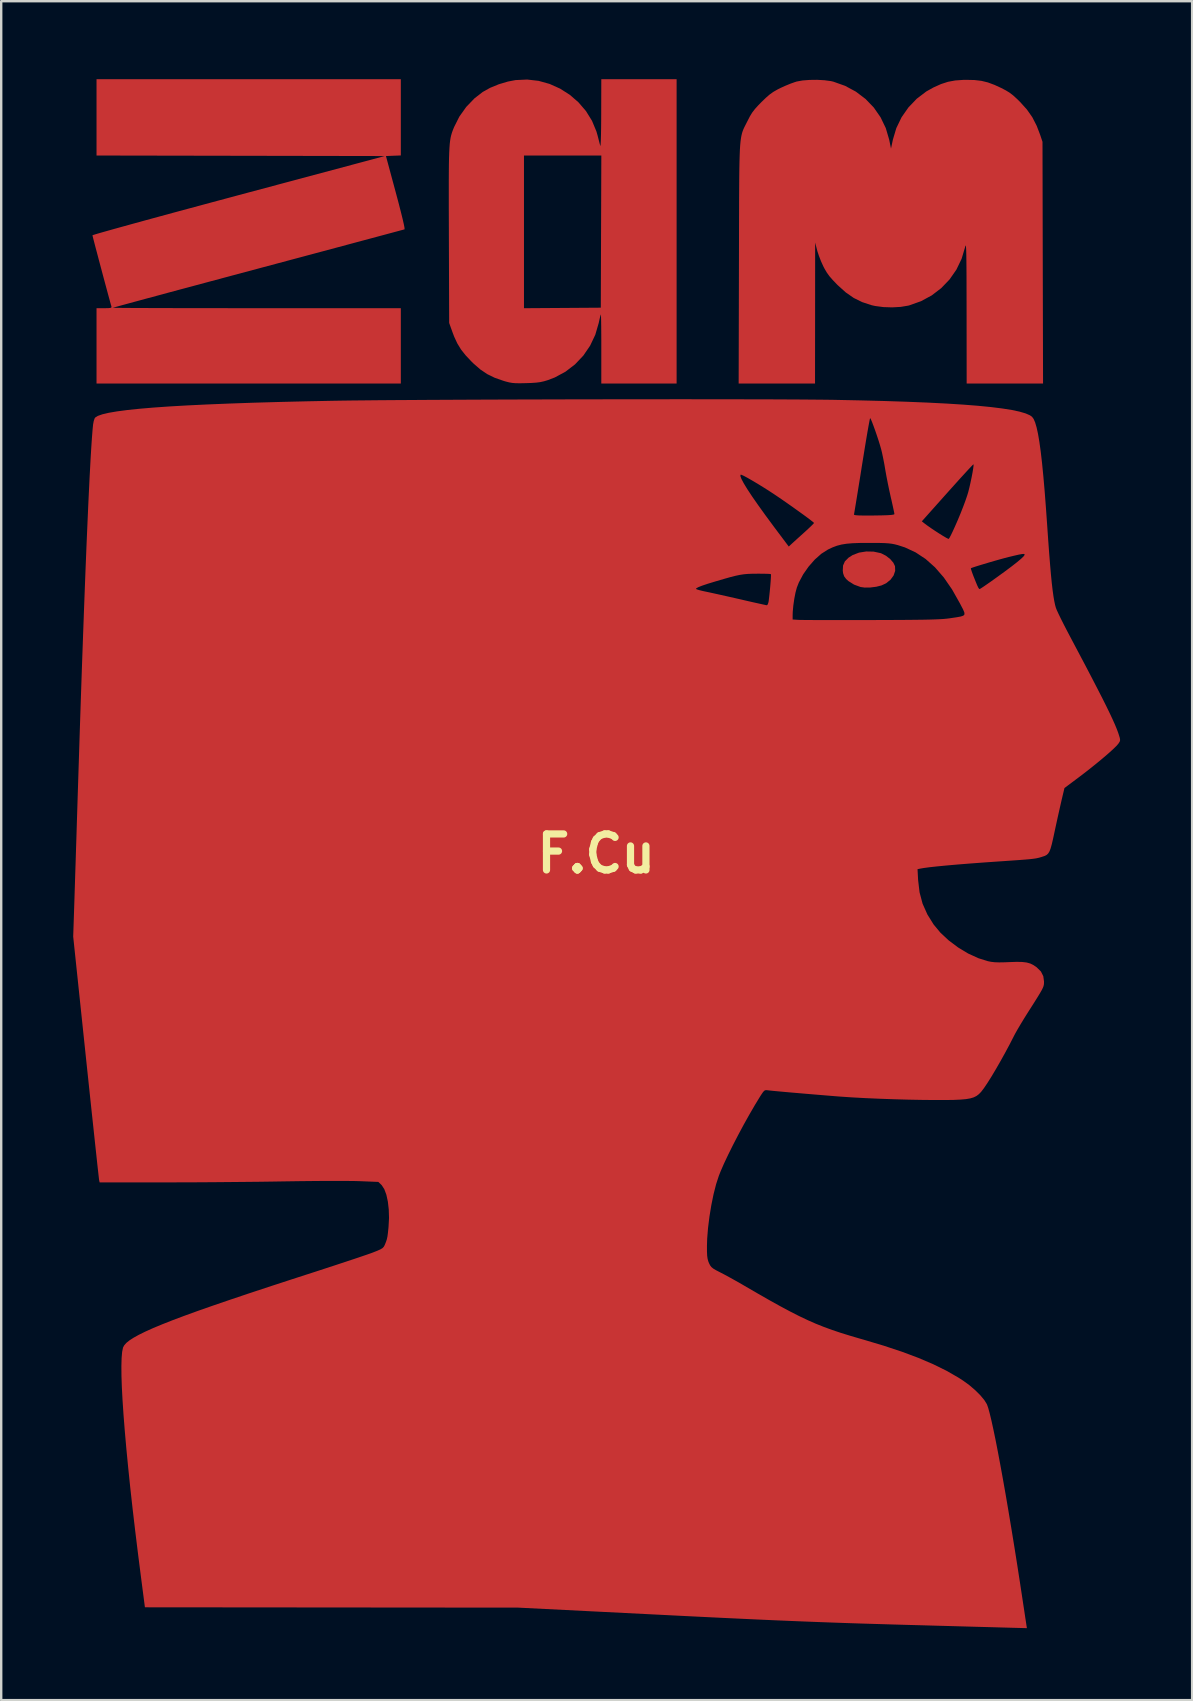
<source format=kicad_pcb>
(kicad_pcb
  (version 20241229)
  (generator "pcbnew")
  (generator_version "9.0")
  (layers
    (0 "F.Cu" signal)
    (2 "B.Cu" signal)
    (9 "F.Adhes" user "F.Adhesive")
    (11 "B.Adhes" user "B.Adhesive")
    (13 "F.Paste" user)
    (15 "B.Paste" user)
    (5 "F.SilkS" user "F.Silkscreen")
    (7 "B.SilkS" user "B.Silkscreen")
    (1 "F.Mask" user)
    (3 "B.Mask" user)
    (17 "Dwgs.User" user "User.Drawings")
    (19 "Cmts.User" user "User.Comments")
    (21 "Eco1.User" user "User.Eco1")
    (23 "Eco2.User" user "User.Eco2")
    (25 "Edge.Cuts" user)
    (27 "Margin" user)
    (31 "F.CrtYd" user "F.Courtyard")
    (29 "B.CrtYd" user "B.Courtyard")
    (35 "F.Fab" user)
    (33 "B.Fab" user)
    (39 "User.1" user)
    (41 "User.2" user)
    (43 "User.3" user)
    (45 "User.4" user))
  (footprint "F.Cu"
    (layer "F.Cu")
    (at 0.972 0.25)
    (property "Reference" "F.Cu" (at 20.82 32.269 0) (layer "F.SilkS") (effects (font (size 1.5 1.5) (thickness 0.3))))
    (attr board_only exclude_from_pos_files exclude_from_bom)
    (fp_poly (pts (xy 32.377 19.684) (xy 32.664 19.745) (xy 32.701 19.758) (xy 32.894 19.857) (xy 33.067 19.992) (xy 33.199 20.144) (xy 33.27 20.29) (xy 33.277 20.484) (xy 33.211 20.678) (xy 33.082 20.855) (xy 32.9 21.002) (xy 32.71 21.092) (xy 32.487 21.148) (xy 32.24 21.179) (xy 32.005 21.182) (xy 31.834 21.158) (xy 31.564 21.059) (xy 31.329 20.912) (xy 31.234 20.825) (xy 31.15 20.713) (xy 31.106 20.582) (xy 31.093 20.471) (xy 31.105 20.263) (xy 31.182 20.088) (xy 31.332 19.937) (xy 31.507 19.826) (xy 31.769 19.726) (xy 32.069 19.678)) (stroke (width 0) (type solid)) (fill yes) (layer "F.Cu"))
    (fp_poly (pts (xy 12.679 1.588) (xy 12.679 3.177) (xy 12.369 3.189) (xy 12.059 3.202) (xy 12.469 4.721) (xy 12.585 5.156) (xy 12.679 5.522) (xy 12.752 5.817) (xy 12.803 6.039) (xy 12.831 6.184) (xy 12.835 6.252) (xy 12.832 6.257) (xy 12.786 6.269) (xy 12.663 6.302) (xy 12.467 6.355) (xy 12.203 6.426) (xy 11.875 6.514) (xy 11.488 6.618) (xy 11.047 6.736) (xy 10.555 6.868) (xy 10.019 7.012) (xy 9.441 7.167) (xy 8.827 7.331) (xy 8.181 7.504) (xy 7.508 7.684) (xy 6.812 7.87) (xy 6.743 7.889) (xy 6.046 8.075) (xy 5.371 8.256) (xy 4.724 8.429) (xy 4.108 8.595) (xy 3.528 8.75) (xy 2.989 8.895) (xy 2.495 9.029) (xy 2.051 9.148) (xy 1.661 9.254) (xy 1.329 9.344) (xy 1.062 9.417) (xy 0.862 9.472) (xy 0.734 9.507) (xy 0.683 9.522) (xy 0.682 9.523) (xy 0.722 9.525) (xy 0.841 9.527) (xy 1.036 9.529) (xy 1.302 9.531) (xy 1.633 9.533) (xy 2.025 9.534) (xy 2.474 9.536) (xy 2.974 9.537) (xy 3.521 9.538) (xy 4.109 9.539) (xy 4.736 9.54) (xy 5.395 9.54) (xy 6.081 9.541) (xy 6.672 9.541) (xy 12.679 9.541) (xy 12.679 11.11) (xy 12.679 12.679) (xy 6.339 12.679) (xy 0 12.679) (xy 0 11.11) (xy 0 9.541) (xy 0.321 9.541) (xy 0.484 9.539) (xy 0.578 9.53) (xy 0.619 9.511) (xy 0.622 9.477) (xy 0.62 9.467) (xy 0.591 9.368) (xy 0.547 9.206) (xy 0.489 8.994) (xy 0.421 8.741) (xy 0.345 8.46) (xy 0.265 8.162) (xy 0.184 7.857) (xy 0.104 7.558) (xy 0.03 7.276) (xy -0.038 7.021) (xy -0.094 6.805) (xy -0.137 6.639) (xy -0.163 6.535) (xy -0.17 6.504) (xy -0.129 6.488) (xy -0.012 6.452) (xy 0.179 6.396) (xy 0.438 6.323) (xy 0.761 6.232) (xy 1.144 6.126) (xy 1.581 6.005) (xy 2.069 5.871) (xy 2.603 5.726) (xy 3.178 5.569) (xy 3.79 5.404) (xy 4.435 5.23) (xy 5.108 5.049) (xy 5.804 4.862) (xy 5.919 4.831) (xy 12.007 3.202) (xy 6.004 3.191) (xy 0 3.18) (xy 0 1.59) (xy 0 0) (xy 6.339 0) (xy 12.679 0)) (stroke (width 0) (type solid)) (fill yes) (layer "F.Cu"))
    (fp_poly (pts (xy 24.17 6.339) (xy 24.17 12.679) (xy 22.601 12.679) (xy 21.032 12.679) (xy 21.032 11.23) (xy 21.032 10.89) (xy 21.03 10.58) (xy 21.028 10.308) (xy 21.025 10.085) (xy 21.021 9.92) (xy 21.017 9.823) (xy 21.013 9.8) (xy 20.997 9.848) (xy 20.969 9.957) (xy 20.935 10.108) (xy 20.925 10.157) (xy 20.781 10.649) (xy 20.565 11.105) (xy 20.282 11.518) (xy 19.938 11.881) (xy 19.541 12.186) (xy 19.097 12.426) (xy 18.806 12.538) (xy 18.642 12.587) (xy 18.488 12.621) (xy 18.319 12.643) (xy 18.109 12.657) (xy 17.894 12.664) (xy 17.651 12.669) (xy 17.468 12.667) (xy 17.322 12.655) (xy 17.19 12.632) (xy 17.046 12.595) (xy 16.962 12.57) (xy 16.594 12.442) (xy 16.281 12.289) (xy 15.994 12.096) (xy 15.708 11.847) (xy 15.626 11.767) (xy 15.378 11.504) (xy 15.186 11.261) (xy 15.033 11.01) (xy 14.902 10.728) (xy 14.826 10.527) (xy 14.693 10.156) (xy 14.681 6.502) (xy 14.681 6.361) (xy 17.81 6.361) (xy 17.81 9.542) (xy 19.41 9.531) (xy 21.011 9.52) (xy 21.022 6.35) (xy 21.033 3.18) (xy 19.421 3.18) (xy 17.81 3.18) (xy 17.81 6.361) (xy 14.681 6.361) (xy 14.679 5.836) (xy 14.677 5.249) (xy 14.677 4.735) (xy 14.677 4.288) (xy 14.679 3.903) (xy 14.682 3.573) (xy 14.687 3.294) (xy 14.695 3.059) (xy 14.705 2.862) (xy 14.717 2.698) (xy 14.733 2.56) (xy 14.752 2.443) (xy 14.775 2.342) (xy 14.802 2.249) (xy 14.832 2.161) (xy 14.868 2.069) (xy 14.898 1.995) (xy 15.117 1.559) (xy 15.405 1.154) (xy 15.749 0.797) (xy 16.092 0.531) (xy 16.401 0.359) (xy 16.761 0.211) (xy 17.141 0.098) (xy 17.459 0.037) (xy 17.943 0.014) (xy 18.42 0.069) (xy 18.881 0.198) (xy 19.317 0.394) (xy 19.72 0.651) (xy 20.081 0.964) (xy 20.392 1.326) (xy 20.644 1.732) (xy 20.829 2.177) (xy 20.88 2.356) (xy 20.923 2.524) (xy 20.962 2.677) (xy 20.989 2.777) (xy 20.998 2.77) (xy 21.006 2.684) (xy 21.013 2.526) (xy 21.019 2.305) (xy 21.024 2.025) (xy 21.027 1.695) (xy 21.028 1.452) (xy 21.032 0) (xy 22.601 0) (xy 24.17 0)) (stroke (width 0) (type solid)) (fill yes) (layer "F.Cu"))
    (fp_poly (pts (xy 30.33 0.043) (xy 30.598 0.079) (xy 30.698 0.102) (xy 31.191 0.277) (xy 31.64 0.519) (xy 32.04 0.822) (xy 32.385 1.18) (xy 32.668 1.587) (xy 32.885 2.037) (xy 33.028 2.522) (xy 33.031 2.538) (xy 33.103 2.891) (xy 33.18 2.522) (xy 33.324 2.039) (xy 33.542 1.587) (xy 33.829 1.176) (xy 34.175 0.814) (xy 34.575 0.51) (xy 34.874 0.343) (xy 35.188 0.202) (xy 35.478 0.108) (xy 35.774 0.053) (xy 36.107 0.029) (xy 36.255 0.027) (xy 36.586 0.035) (xy 36.871 0.069) (xy 37.138 0.134) (xy 37.418 0.238) (xy 37.697 0.367) (xy 37.889 0.467) (xy 38.046 0.563) (xy 38.192 0.675) (xy 38.352 0.821) (xy 38.483 0.95) (xy 38.767 1.265) (xy 38.992 1.587) (xy 39.174 1.943) (xy 39.315 2.311) (xy 39.415 2.608) (xy 39.426 7.643) (xy 39.438 12.679) (xy 37.847 12.679) (xy 36.255 12.679) (xy 36.252 9.7) (xy 36.251 9.125) (xy 36.25 8.63) (xy 36.249 8.209) (xy 36.247 7.858) (xy 36.244 7.572) (xy 36.241 7.346) (xy 36.237 7.174) (xy 36.232 7.051) (xy 36.226 6.973) (xy 36.219 6.935) (xy 36.21 6.931) (xy 36.2 6.956) (xy 36.19 6.997) (xy 36.045 7.483) (xy 35.827 7.935) (xy 35.542 8.344) (xy 35.197 8.704) (xy 34.8 9.008) (xy 34.355 9.249) (xy 33.871 9.421) (xy 33.817 9.435) (xy 33.506 9.487) (xy 33.151 9.507) (xy 32.785 9.495) (xy 32.443 9.45) (xy 32.3 9.418) (xy 31.905 9.289) (xy 31.551 9.115) (xy 31.218 8.884) (xy 30.885 8.584) (xy 30.869 8.569) (xy 30.679 8.371) (xy 30.536 8.207) (xy 30.425 8.052) (xy 30.329 7.887) (xy 30.285 7.802) (xy 30.191 7.596) (xy 30.103 7.37) (xy 30.035 7.166) (xy 30.024 7.124) (xy 29.942 6.806) (xy 29.94 9.742) (xy 29.937 12.679) (xy 28.346 12.679) (xy 26.755 12.679) (xy 26.767 7.665) (xy 26.769 6.892) (xy 26.77 6.2) (xy 26.772 5.583) (xy 26.773 5.036) (xy 26.776 4.554) (xy 26.779 4.133) (xy 26.783 3.767) (xy 26.789 3.451) (xy 26.797 3.182) (xy 26.806 2.952) (xy 26.818 2.759) (xy 26.833 2.597) (xy 26.851 2.461) (xy 26.872 2.346) (xy 26.896 2.247) (xy 26.924 2.159) (xy 26.956 2.078) (xy 26.993 1.999) (xy 27.035 1.916) (xy 27.081 1.825) (xy 27.125 1.739) (xy 27.224 1.546) (xy 27.321 1.388) (xy 27.434 1.241) (xy 27.581 1.079) (xy 27.707 0.95) (xy 27.893 0.771) (xy 28.047 0.637) (xy 28.196 0.531) (xy 28.362 0.435) (xy 28.495 0.367) (xy 28.7 0.274) (xy 28.912 0.187) (xy 29.099 0.12) (xy 29.174 0.097) (xy 29.415 0.053) (xy 29.709 0.03) (xy 30.024 0.026)) (stroke (width 0) (type solid)) (fill yes) (layer "F.Cu"))
    (fp_poly (pts (xy 25.184 13.335) (xy 25.993 13.335) (xy 26.763 13.337) (xy 27.49 13.338) (xy 28.168 13.34) (xy 28.791 13.343) (xy 29.352 13.346) (xy 29.848 13.35) (xy 30.271 13.354) (xy 30.616 13.358) (xy 30.679 13.359) (xy 31.788 13.382) (xy 32.813 13.408) (xy 33.755 13.439) (xy 34.616 13.474) (xy 35.397 13.514) (xy 36.099 13.558) (xy 36.723 13.607) (xy 37.27 13.661) (xy 37.742 13.72) (xy 38.139 13.783) (xy 38.462 13.852) (xy 38.713 13.926) (xy 38.893 14.005) (xy 38.979 14.066) (xy 39.045 14.155) (xy 39.108 14.301) (xy 39.169 14.508) (xy 39.228 14.777) (xy 39.285 15.112) (xy 39.341 15.516) (xy 39.396 15.991) (xy 39.45 16.54) (xy 39.505 17.167) (xy 39.559 17.872) (xy 39.606 18.531) (xy 39.65 19.168) (xy 39.691 19.727) (xy 39.73 20.212) (xy 39.766 20.63) (xy 39.801 20.986) (xy 39.836 21.286) (xy 39.87 21.535) (xy 39.905 21.74) (xy 39.94 21.907) (xy 39.974 22.029) (xy 40.012 22.124) (xy 40.085 22.282) (xy 40.185 22.488) (xy 40.307 22.73) (xy 40.444 22.996) (xy 40.56 23.216) (xy 40.901 23.86) (xy 41.204 24.433) (xy 41.47 24.942) (xy 41.702 25.391) (xy 41.903 25.783) (xy 42.074 26.125) (xy 42.218 26.421) (xy 42.337 26.675) (xy 42.434 26.892) (xy 42.51 27.076) (xy 42.569 27.233) (xy 42.596 27.317) (xy 42.637 27.451) (xy 42.649 27.535) (xy 42.633 27.599) (xy 42.585 27.674) (xy 42.574 27.69) (xy 42.489 27.787) (xy 42.345 27.926) (xy 42.153 28.099) (xy 41.921 28.298) (xy 41.659 28.515) (xy 41.378 28.74) (xy 41.086 28.967) (xy 40.933 29.083) (xy 40.33 29.534) (xy 40.219 30.001) (xy 40.175 30.193) (xy 40.118 30.445) (xy 40.053 30.735) (xy 39.986 31.041) (xy 39.922 31.337) (xy 39.856 31.644) (xy 39.801 31.88) (xy 39.752 32.055) (xy 39.703 32.18) (xy 39.648 32.266) (xy 39.581 32.325) (xy 39.496 32.367) (xy 39.387 32.403) (xy 39.341 32.417) (xy 39.268 32.438) (xy 39.194 32.455) (xy 39.11 32.471) (xy 39.004 32.485) (xy 38.869 32.5) (xy 38.693 32.515) (xy 38.466 32.533) (xy 38.178 32.553) (xy 37.82 32.578) (xy 37.655 32.589) (xy 37.007 32.634) (xy 36.417 32.678) (xy 35.888 32.72) (xy 35.424 32.761) (xy 35.03 32.799) (xy 34.709 32.834) (xy 34.466 32.867) (xy 34.331 32.89) (xy 34.208 32.915) (xy 34.232 33.366) (xy 34.293 33.881) (xy 34.419 34.354) (xy 34.619 34.803) (xy 34.878 35.219) (xy 35.162 35.561) (xy 35.509 35.885) (xy 35.902 36.179) (xy 36.32 36.431) (xy 36.747 36.626) (xy 37.132 36.747) (xy 37.277 36.776) (xy 37.43 36.793) (xy 37.61 36.799) (xy 37.841 36.795) (xy 38.036 36.787) (xy 38.337 36.777) (xy 38.571 36.782) (xy 38.755 36.804) (xy 38.906 36.846) (xy 39.04 36.913) (xy 39.171 37.003) (xy 39.349 37.177) (xy 39.448 37.374) (xy 39.478 37.594) (xy 39.477 37.662) (xy 39.472 37.724) (xy 39.458 37.787) (xy 39.429 37.863) (xy 39.381 37.958) (xy 39.309 38.084) (xy 39.209 38.248) (xy 39.076 38.461) (xy 38.904 38.731) (xy 38.793 38.906) (xy 38.646 39.14) (xy 38.503 39.376) (xy 38.374 39.594) (xy 38.273 39.774) (xy 38.228 39.86) (xy 38.047 40.213) (xy 37.855 40.571) (xy 37.66 40.922) (xy 37.468 41.256) (xy 37.286 41.561) (xy 37.12 41.825) (xy 36.977 42.037) (xy 36.863 42.186) (xy 36.851 42.201) (xy 36.762 42.291) (xy 36.666 42.364) (xy 36.551 42.422) (xy 36.408 42.465) (xy 36.228 42.496) (xy 36.001 42.516) (xy 35.716 42.529) (xy 35.365 42.534) (xy 35.027 42.534) (xy 34.457 42.53) (xy 33.853 42.519) (xy 33.235 42.502) (xy 32.62 42.48) (xy 32.028 42.454) (xy 31.479 42.424) (xy 30.991 42.391) (xy 30.891 42.384) (xy 30.465 42.349) (xy 30.043 42.314) (xy 29.635 42.28) (xy 29.25 42.247) (xy 28.897 42.217) (xy 28.586 42.189) (xy 28.327 42.165) (xy 28.128 42.146) (xy 27.999 42.132) (xy 27.959 42.127) (xy 27.888 42.121) (xy 27.832 42.14) (xy 27.774 42.198) (xy 27.698 42.309) (xy 27.658 42.371) (xy 27.436 42.735) (xy 27.203 43.136) (xy 26.967 43.558) (xy 26.736 43.989) (xy 26.516 44.414) (xy 26.315 44.819) (xy 26.14 45.19) (xy 26 45.513) (xy 25.93 45.69) (xy 25.815 46.043) (xy 25.709 46.459) (xy 25.616 46.915) (xy 25.538 47.391) (xy 25.479 47.865) (xy 25.443 48.314) (xy 25.434 48.619) (xy 25.435 48.853) (xy 25.443 49.024) (xy 25.461 49.151) (xy 25.49 49.256) (xy 25.518 49.327) (xy 25.565 49.421) (xy 25.618 49.492) (xy 25.696 49.556) (xy 25.817 49.628) (xy 25.99 49.717) (xy 26.167 49.809) (xy 26.392 49.931) (xy 26.641 50.07) (xy 26.889 50.211) (xy 26.979 50.264) (xy 27.542 50.591) (xy 28.042 50.877) (xy 28.491 51.126) (xy 28.898 51.344) (xy 29.273 51.535) (xy 29.626 51.703) (xy 29.967 51.853) (xy 30.305 51.988) (xy 30.652 52.115) (xy 31.016 52.237) (xy 31.408 52.358) (xy 31.837 52.484) (xy 31.951 52.516) (xy 32.794 52.768) (xy 33.557 53.021) (xy 34.244 53.278) (xy 34.862 53.542) (xy 35.413 53.813) (xy 35.904 54.095) (xy 36.108 54.226) (xy 36.366 54.414) (xy 36.608 54.621) (xy 36.819 54.83) (xy 36.987 55.03) (xy 37.095 55.204) (xy 37.102 55.218) (xy 37.153 55.363) (xy 37.214 55.586) (xy 37.286 55.884) (xy 37.367 56.252) (xy 37.457 56.685) (xy 37.553 57.177) (xy 37.656 57.725) (xy 37.765 58.324) (xy 37.879 58.968) (xy 37.996 59.654) (xy 38.116 60.375) (xy 38.239 61.128) (xy 38.363 61.908) (xy 38.487 62.71) (xy 38.523 62.949) (xy 38.573 63.275) (xy 38.619 63.581) (xy 38.661 63.855) (xy 38.695 64.085) (xy 38.722 64.258) (xy 38.738 64.363) (xy 38.74 64.38) (xy 38.765 64.539) (xy 38.538 64.533) (xy 38.465 64.531) (xy 38.313 64.527) (xy 38.088 64.521) (xy 37.797 64.513) (xy 37.444 64.503) (xy 37.037 64.492) (xy 36.58 64.48) (xy 36.081 64.466) (xy 35.544 64.451) (xy 34.976 64.436) (xy 34.384 64.419) (xy 33.923 64.407) (xy 33.216 64.387) (xy 32.548 64.367) (xy 31.911 64.348) (xy 31.297 64.328) (xy 30.695 64.307) (xy 30.098 64.285) (xy 29.496 64.262) (xy 28.88 64.237) (xy 28.241 64.21) (xy 27.57 64.18) (xy 26.858 64.147) (xy 26.096 64.111) (xy 25.275 64.071) (xy 24.387 64.027) (xy 23.555 63.985) (xy 17.576 63.684) (xy 9.796 63.677) (xy 2.016 63.67) (xy 1.859 62.461) (xy 1.73 61.452) (xy 1.611 60.482) (xy 1.502 59.554) (xy 1.404 58.672) (xy 1.318 57.837) (xy 1.242 57.054) (xy 1.178 56.326) (xy 1.125 55.656) (xy 1.084 55.046) (xy 1.055 54.501) (xy 1.039 54.024) (xy 1.036 53.617) (xy 1.045 53.284) (xy 1.067 53.028) (xy 1.103 52.852) (xy 1.108 52.839) (xy 1.157 52.749) (xy 1.244 52.652) (xy 1.373 52.548) (xy 1.547 52.436) (xy 1.767 52.314) (xy 2.037 52.181) (xy 2.359 52.036) (xy 2.737 51.879) (xy 3.172 51.707) (xy 3.668 51.521) (xy 4.228 51.318) (xy 4.853 51.099) (xy 5.548 50.861) (xy 6.314 50.603) (xy 7.154 50.325) (xy 8.071 50.026) (xy 8.7 49.822) (xy 9.147 49.678) (xy 9.581 49.536) (xy 9.994 49.401) (xy 10.378 49.274) (xy 10.722 49.16) (xy 11.019 49.06) (xy 11.259 48.978) (xy 11.434 48.917) (xy 11.517 48.886) (xy 11.709 48.81) (xy 11.837 48.752) (xy 11.919 48.701) (xy 11.969 48.647) (xy 12.006 48.578) (xy 12.013 48.562) (xy 12.061 48.444) (xy 12.095 48.341) (xy 12.12 48.228) (xy 12.14 48.083) (xy 12.161 47.883) (xy 12.167 47.819) (xy 12.187 47.45) (xy 12.176 47.096) (xy 12.139 46.769) (xy 12.077 46.482) (xy 11.991 46.25) (xy 11.885 46.085) (xy 11.866 46.065) (xy 11.742 45.946) (xy 10.949 45.914) (xy 10.75 45.909) (xy 10.479 45.906) (xy 10.145 45.904) (xy 9.762 45.904) (xy 9.34 45.906) (xy 8.89 45.91) (xy 8.426 45.915) (xy 7.957 45.922) (xy 7.824 45.924) (xy 7.32 45.932) (xy 6.751 45.94) (xy 6.134 45.946) (xy 5.487 45.952) (xy 4.829 45.958) (xy 4.178 45.962) (xy 3.553 45.964) (xy 2.972 45.966) (xy 2.81 45.966) (xy 0.129 45.966) (xy 0.108 45.871) (xy 0.101 45.817) (xy 0.086 45.684) (xy 0.063 45.478) (xy 0.032 45.203) (xy -0.004 44.865) (xy -0.047 44.469) (xy -0.095 44.02) (xy -0.148 43.525) (xy -0.206 42.987) (xy -0.267 42.413) (xy -0.331 41.807) (xy -0.398 41.176) (xy -0.443 40.75) (xy -0.972 35.725) (xy -0.931 34.496) (xy -0.923 34.252) (xy -0.913 33.933) (xy -0.901 33.549) (xy -0.887 33.11) (xy -0.871 32.625) (xy -0.855 32.103) (xy -0.837 31.556) (xy -0.82 30.992) (xy -0.802 30.421) (xy -0.784 29.853) (xy -0.784 29.852) (xy -0.739 28.452) (xy -0.696 27.105) (xy -0.653 25.814) (xy -0.611 24.581) (xy -0.569 23.407) (xy -0.53 22.333) (xy 29.004 22.333) (xy 29.004 22.512) (xy 29.248 22.528) (xy 29.332 22.53) (xy 29.493 22.532) (xy 29.723 22.534) (xy 30.015 22.535) (xy 30.36 22.536) (xy 30.752 22.537) (xy 31.181 22.537) (xy 31.641 22.536) (xy 32.123 22.535) (xy 32.312 22.535) (xy 32.89 22.533) (xy 33.391 22.531) (xy 33.82 22.528) (xy 34.186 22.524) (xy 34.494 22.52) (xy 34.752 22.514) (xy 34.966 22.507) (xy 35.144 22.499) (xy 35.293 22.49) (xy 35.419 22.478) (xy 35.529 22.465) (xy 35.589 22.456) (xy 35.839 22.419) (xy 36.013 22.387) (xy 36.119 22.351) (xy 36.165 22.297) (xy 36.157 22.214) (xy 36.104 22.089) (xy 36.011 21.912) (xy 35.972 21.836) (xy 35.645 21.257) (xy 35.3 20.758) (xy 34.969 20.377) (xy 36.43 20.377) (xy 36.438 20.421) (xy 36.471 20.524) (xy 36.524 20.669) (xy 36.554 20.745) (xy 36.638 20.954) (xy 36.698 21.097) (xy 36.74 21.185) (xy 36.77 21.23) (xy 36.793 21.244) (xy 36.798 21.244) (xy 36.84 21.22) (xy 36.94 21.155) (xy 37.086 21.055) (xy 37.267 20.929) (xy 37.468 20.785) (xy 37.822 20.529) (xy 38.118 20.308) (xy 38.354 20.124) (xy 38.526 19.979) (xy 38.633 19.875) (xy 38.672 19.816) (xy 38.672 19.814) (xy 38.663 19.791) (xy 38.627 19.78) (xy 38.555 19.786) (xy 38.434 19.808) (xy 38.254 19.849) (xy 38.003 19.909) (xy 37.988 19.913) (xy 37.827 19.955) (xy 37.627 20.01) (xy 37.405 20.073) (xy 37.174 20.14) (xy 36.951 20.207) (xy 36.75 20.268) (xy 36.586 20.32) (xy 36.474 20.358) (xy 36.43 20.377) (xy 34.969 20.377) (xy 34.935 20.338) (xy 34.545 19.991) (xy 34.129 19.716) (xy 33.681 19.508) (xy 33.384 19.412) (xy 33.259 19.38) (xy 33.137 19.356) (xy 33.002 19.34) (xy 32.838 19.329) (xy 32.63 19.323) (xy 32.362 19.321) (xy 32.185 19.321) (xy 31.81 19.323) (xy 31.504 19.334) (xy 31.253 19.355) (xy 31.041 19.389) (xy 30.852 19.438) (xy 30.673 19.505) (xy 30.487 19.592) (xy 30.478 19.596) (xy 30.2 19.773) (xy 29.925 20.017) (xy 29.668 20.31) (xy 29.442 20.633) (xy 29.263 20.97) (xy 29.179 21.183) (xy 29.123 21.391) (xy 29.073 21.65) (xy 29.033 21.927) (xy 29.009 22.188) (xy 29.004 22.333) (xy -0.53 22.333) (xy -0.529 22.294) (xy -0.489 21.244) (xy -0.489 21.236) (xy 24.976 21.236) (xy 25.015 21.258) (xy 25.119 21.29) (xy 25.269 21.327) (xy 25.368 21.348) (xy 25.521 21.38) (xy 25.74 21.428) (xy 26.008 21.487) (xy 26.307 21.554) (xy 26.62 21.625) (xy 26.821 21.671) (xy 27.11 21.738) (xy 27.373 21.798) (xy 27.599 21.848) (xy 27.775 21.887) (xy 27.89 21.912) (xy 27.931 21.919) (xy 27.967 21.884) (xy 27.998 21.789) (xy 28.006 21.743) (xy 28.028 21.559) (xy 28.05 21.354) (xy 28.07 21.146) (xy 28.086 20.95) (xy 28.097 20.786) (xy 28.102 20.671) (xy 28.098 20.621) (xy 28.098 20.621) (xy 28.051 20.614) (xy 27.935 20.608) (xy 27.767 20.605) (xy 27.563 20.603) (xy 27.513 20.604) (xy 27.309 20.606) (xy 27.134 20.613) (xy 26.971 20.628) (xy 26.806 20.653) (xy 26.622 20.692) (xy 26.406 20.747) (xy 26.141 20.822) (xy 25.812 20.919) (xy 25.774 20.93) (xy 25.465 21.024) (xy 25.236 21.101) (xy 25.081 21.162) (xy 24.996 21.208) (xy 24.976 21.236) (xy -0.489 21.236) (xy -0.451 20.26) (xy -0.414 19.342) (xy -0.377 18.492) (xy -0.343 17.713) (xy -0.309 17.005) (xy -0.286 16.533) (xy 26.826 16.533) (xy 26.869 16.652) (xy 26.965 16.834) (xy 27.113 17.077) (xy 27.313 17.381) (xy 27.565 17.743) (xy 27.866 18.162) (xy 28.217 18.638) (xy 28.402 18.885) (xy 28.843 19.472) (xy 28.977 19.348) (xy 29.061 19.271) (xy 29.191 19.153) (xy 29.347 19.012) (xy 29.503 18.872) (xy 29.652 18.735) (xy 29.775 18.618) (xy 29.86 18.533) (xy 29.895 18.491) (xy 29.895 18.49) (xy 29.862 18.456) (xy 29.819 18.422) (xy 34.387 18.422) (xy 34.484 18.499) (xy 34.609 18.593) (xy 34.766 18.703) (xy 34.939 18.819) (xy 35.112 18.931) (xy 35.271 19.03) (xy 35.4 19.106) (xy 35.484 19.149) (xy 35.507 19.154) (xy 35.538 19.112) (xy 35.596 19.004) (xy 35.674 18.842) (xy 35.767 18.638) (xy 35.87 18.404) (xy 35.884 18.372) (xy 35.996 18.103) (xy 36.104 17.829) (xy 36.2 17.572) (xy 36.275 17.353) (xy 36.319 17.21) (xy 36.368 17.016) (xy 36.416 16.804) (xy 36.461 16.59) (xy 36.499 16.391) (xy 36.527 16.222) (xy 36.542 16.102) (xy 36.541 16.046) (xy 36.54 16.045) (xy 36.509 16.071) (xy 36.428 16.155) (xy 36.303 16.288) (xy 36.141 16.465) (xy 35.947 16.677) (xy 35.729 16.92) (xy 35.491 17.185) (xy 35.455 17.225) (xy 34.387 18.422) (xy 29.819 18.422) (xy 29.769 18.383) (xy 29.628 18.276) (xy 29.448 18.143) (xy 29.438 18.136) (xy 31.559 18.136) (xy 31.573 18.154) (xy 31.635 18.167) (xy 31.753 18.176) (xy 31.935 18.18) (xy 32.189 18.18) (xy 32.393 18.179) (xy 32.705 18.174) (xy 32.939 18.167) (xy 33.102 18.157) (xy 33.201 18.143) (xy 33.242 18.126) (xy 33.245 18.12) (xy 33.236 18.063) (xy 33.21 17.939) (xy 33.172 17.763) (xy 33.125 17.551) (xy 33.095 17.424) (xy 33.034 17.146) (xy 32.971 16.844) (xy 32.914 16.552) (xy 32.869 16.302) (xy 32.863 16.266) (xy 32.822 16.026) (xy 32.774 15.78) (xy 32.727 15.559) (xy 32.695 15.429) (xy 32.647 15.259) (xy 32.586 15.061) (xy 32.516 14.849) (xy 32.444 14.639) (xy 32.374 14.446) (xy 32.313 14.285) (xy 32.265 14.172) (xy 32.236 14.122) (xy 32.233 14.121) (xy 32.221 14.161) (xy 32.198 14.277) (xy 32.164 14.461) (xy 32.121 14.704) (xy 32.071 14.998) (xy 32.015 15.336) (xy 31.955 15.708) (xy 31.891 16.103) (xy 31.828 16.504) (xy 31.767 16.879) (xy 31.712 17.222) (xy 31.663 17.522) (xy 31.622 17.772) (xy 31.59 17.964) (xy 31.569 18.088) (xy 31.559 18.136) (xy 29.438 18.136) (xy 29.239 17.993) (xy 29.014 17.832) (xy 28.781 17.668) (xy 28.551 17.508) (xy 28.335 17.361) (xy 28.241 17.298) (xy 28.008 17.145) (xy 27.769 16.994) (xy 27.535 16.85) (xy 27.317 16.721) (xy 27.127 16.612) (xy 26.976 16.531) (xy 26.875 16.485) (xy 26.838 16.476) (xy 26.826 16.533) (xy -0.286 16.533) (xy -0.277 16.372) (xy -0.247 15.815) (xy -0.218 15.335) (xy -0.191 14.934) (xy -0.166 14.615) (xy -0.143 14.383) (xy -0.117 14.244) (xy -0.08 14.135) (xy -0.056 14.098) (xy 0.054 14.029) (xy 0.242 13.963) (xy 0.508 13.9) (xy 0.854 13.841) (xy 1.279 13.784) (xy 1.784 13.732) (xy 2.37 13.682) (xy 3.037 13.635) (xy 3.785 13.592) (xy 4.615 13.552) (xy 5.527 13.515) (xy 6.523 13.48) (xy 7.601 13.449) (xy 8.764 13.421) (xy 9.838 13.399) (xy 10.206 13.393) (xy 10.651 13.387) (xy 11.166 13.382) (xy 11.746 13.376) (xy 12.385 13.371) (xy 13.078 13.367) (xy 13.818 13.362) (xy 14.6 13.358) (xy 15.419 13.354) (xy 16.268 13.35) (xy 17.142 13.347) (xy 18.035 13.344) (xy 18.942 13.342) (xy 19.856 13.339) (xy 20.772 13.338) (xy 21.685 13.336) (xy 22.588 13.335) (xy 23.476 13.335) (xy 24.343 13.334)) (stroke (width 0) (type solid)) (fill yes) (layer "F.Cu")))
  (gr_rect
    (start -3 -3)
    (end 46.622 67.789)
    (stroke (width 0.1) (type default))
    (fill no)
    (layer "Edge.Cuts")))
</source>
